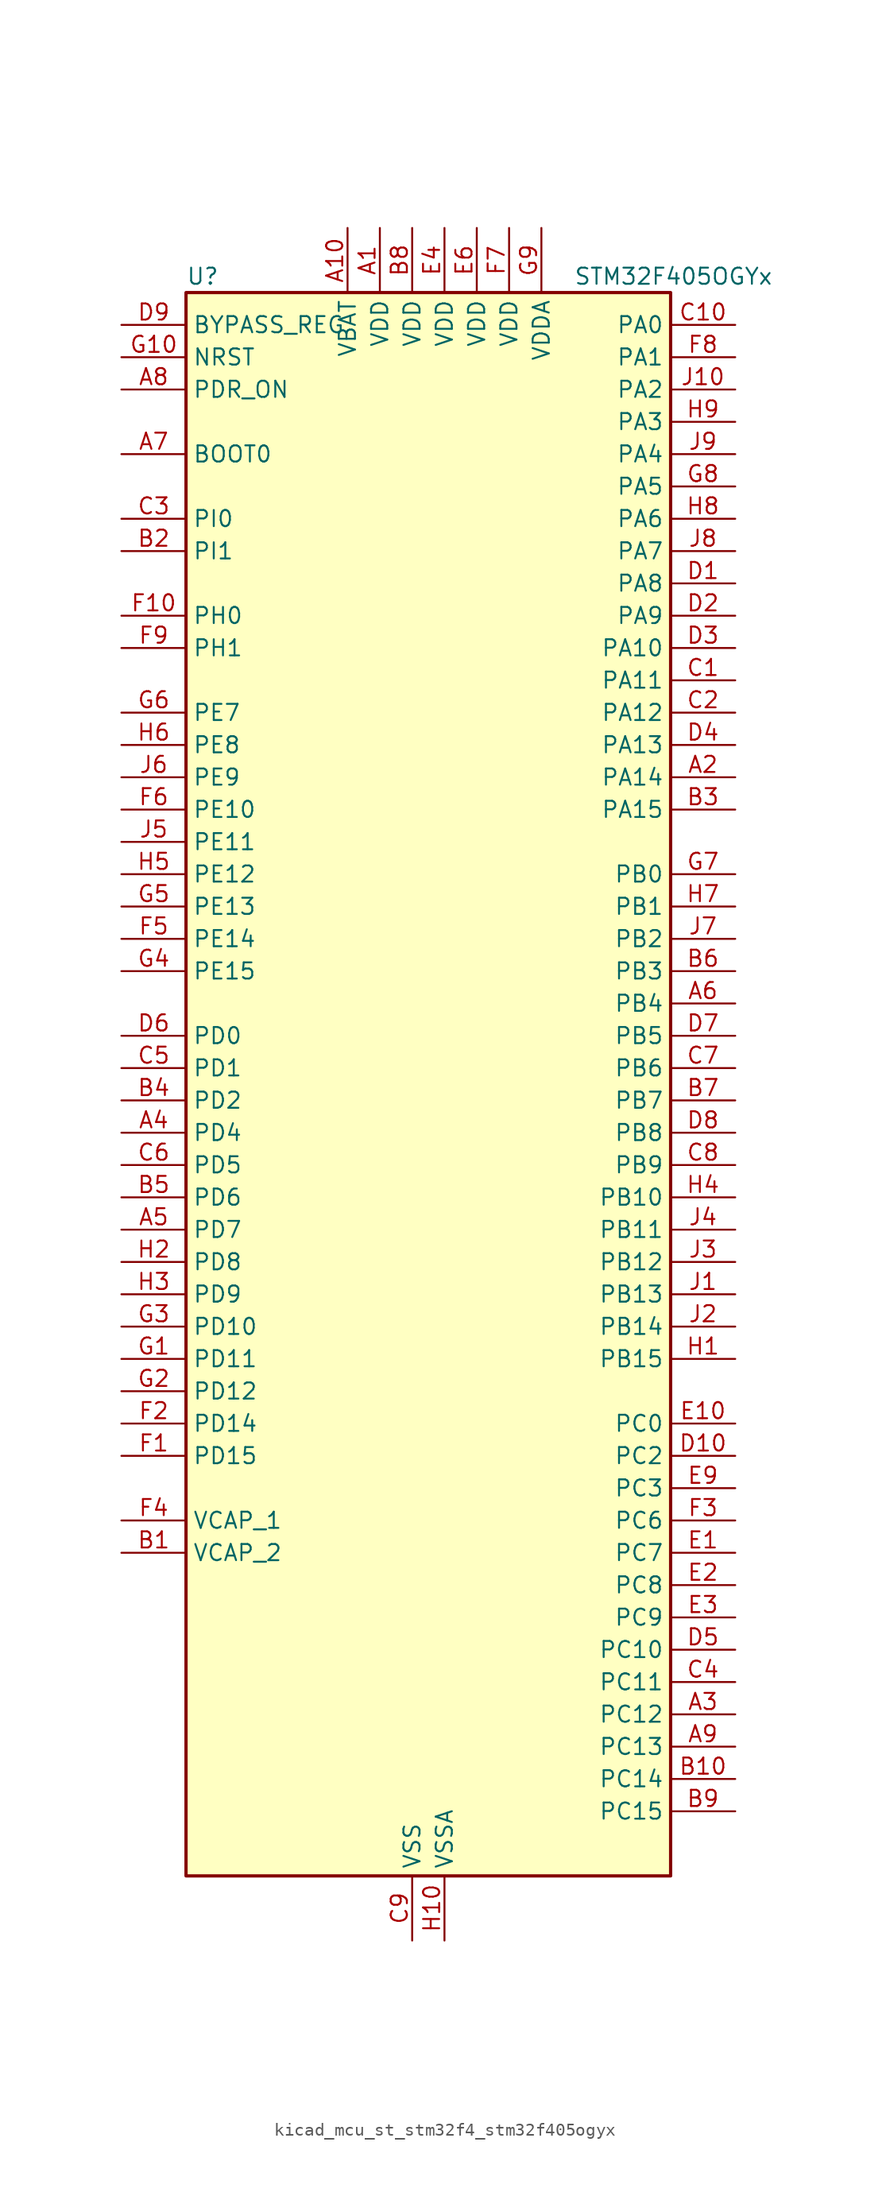
<source format=kicad_sym>
(kicad_symbol_lib
  (version 20220914)
  (generator kicad_symbol_editor)
  (symbol "kicad_mcu_st_stm32f4_stm32f405ogyx"
    (property "Reference" "U"
      (at -17.78 64.77 0)
      (effects (font (size 1.27 1.27)) (justify left)))
    (property "Value" "STM32F405OGYx"
      (at 12.7 64.77 0)
      (effects (font (size 1.27 1.27)) (justify left)))
    (property "ki_locked" ""
      (at 0 0 0)
      (effects (font (size 1.27 1.27))))
    (symbol "kicad_mcu_st_stm32f4_stm32f405ogyx_0_1"
      (rectangle (start -17.78 -60.96) (end 20.32 63.5) (stroke (width 0.254) (type default)) (fill (type background))))
    (symbol "kicad_mcu_st_stm32f4_stm32f405ogyx_1_1"
      (pin power_in line (at -2.54 68.58 270) (length 5.08) (name "VDD" (effects (font (size 1.27 1.27)))) (number "A1" (effects (font (size 1.27 1.27)))))
      (pin power_in line (at -5.08 68.58 270) (length 5.08) (name "VBAT" (effects (font (size 1.27 1.27)))) (number "A10" (effects (font (size 1.27 1.27)))))
      (pin bidirectional line (at 25.4 25.4 180) (length 5.08) (name "PA14" (effects (font (size 1.27 1.27)))) (number "A2" (effects (font (size 1.27 1.27)))) (alternate "SYS_JTCK-SWCLK" bidirectional line))
      (pin bidirectional line (at 25.4 -48.26 180) (length 5.08) (name "PC12" (effects (font (size 1.27 1.27)))) (number "A3" (effects (font (size 1.27 1.27)))) (alternate "I2S3_SD" bidirectional line) (alternate "SDIO_CK" bidirectional line) (alternate "SPI3_MOSI" bidirectional line) (alternate "UART5_TX" bidirectional line) (alternate "USART3_CK" bidirectional line))
      (pin bidirectional line (at -22.86 -2.54 0) (length 5.08) (name "PD4" (effects (font (size 1.27 1.27)))) (number "A4" (effects (font (size 1.27 1.27)))) (alternate "FSMC_NOE" bidirectional line) (alternate "USART2_RTS" bidirectional line))
      (pin bidirectional line (at -22.86 -10.16 0) (length 5.08) (name "PD7" (effects (font (size 1.27 1.27)))) (number "A5" (effects (font (size 1.27 1.27)))) (alternate "FSMC_NCE2" bidirectional line) (alternate "FSMC_NE1" bidirectional line) (alternate "USART2_CK" bidirectional line))
      (pin bidirectional line (at 25.4 7.62 180) (length 5.08) (name "PB4" (effects (font (size 1.27 1.27)))) (number "A6" (effects (font (size 1.27 1.27)))) (alternate "I2S3_ext_SD" bidirectional line) (alternate "SPI1_MISO" bidirectional line) (alternate "SPI3_MISO" bidirectional line) (alternate "SYS_JTRST" bidirectional line) (alternate "TIM3_CH1" bidirectional line))
      (pin input line (at -22.86 50.8 0) (length 5.08) (name "BOOT0" (effects (font (size 1.27 1.27)))) (number "A7" (effects (font (size 1.27 1.27)))))
      (pin input line (at -22.86 55.88 0) (length 5.08) (name "PDR_ON" (effects (font (size 1.27 1.27)))) (number "A8" (effects (font (size 1.27 1.27)))))
      (pin bidirectional line (at 25.4 -50.8 180) (length 5.08) (name "PC13" (effects (font (size 1.27 1.27)))) (number "A9" (effects (font (size 1.27 1.27)))) (alternate "RTC_AF1" bidirectional line))
      (pin power_out line (at -22.86 -35.56 0) (length 5.08) (name "VCAP_2" (effects (font (size 1.27 1.27)))) (number "B1" (effects (font (size 1.27 1.27)))))
      (pin bidirectional line (at 25.4 -53.34 180) (length 5.08) (name "PC14" (effects (font (size 1.27 1.27)))) (number "B10" (effects (font (size 1.27 1.27)))) (alternate "RCC_OSC32_IN" bidirectional line))
      (pin bidirectional line (at -22.86 43.18 0) (length 5.08) (name "PI1" (effects (font (size 1.27 1.27)))) (number "B2" (effects (font (size 1.27 1.27)))) (alternate "I2S2_CK" bidirectional line) (alternate "SPI2_SCK" bidirectional line))
      (pin bidirectional line (at 25.4 22.86 180) (length 5.08) (name "PA15" (effects (font (size 1.27 1.27)))) (number "B3" (effects (font (size 1.27 1.27)))) (alternate "ADC1_EXTI15" bidirectional line) (alternate "ADC2_EXTI15" bidirectional line) (alternate "ADC3_EXTI15" bidirectional line) (alternate "I2S3_WS" bidirectional line) (alternate "SPI1_NSS" bidirectional line) (alternate "SPI3_NSS" bidirectional line) (alternate "SYS_JTDI" bidirectional line) (alternate "TIM2_CH1" bidirectional line) (alternate "TIM2_ETR" bidirectional line))
      (pin bidirectional line (at -22.86 0 0) (length 5.08) (name "PD2" (effects (font (size 1.27 1.27)))) (number "B4" (effects (font (size 1.27 1.27)))) (alternate "SDIO_CMD" bidirectional line) (alternate "TIM3_ETR" bidirectional line) (alternate "UART5_RX" bidirectional line))
      (pin bidirectional line (at -22.86 -7.62 0) (length 5.08) (name "PD6" (effects (font (size 1.27 1.27)))) (number "B5" (effects (font (size 1.27 1.27)))) (alternate "FSMC_NWAIT" bidirectional line) (alternate "USART2_RX" bidirectional line))
      (pin bidirectional line (at 25.4 10.16 180) (length 5.08) (name "PB3" (effects (font (size 1.27 1.27)))) (number "B6" (effects (font (size 1.27 1.27)))) (alternate "I2S3_CK" bidirectional line) (alternate "SPI1_SCK" bidirectional line) (alternate "SPI3_SCK" bidirectional line) (alternate "SYS_JTDO-SWO" bidirectional line) (alternate "TIM2_CH2" bidirectional line))
      (pin bidirectional line (at 25.4 0 180) (length 5.08) (name "PB7" (effects (font (size 1.27 1.27)))) (number "B7" (effects (font (size 1.27 1.27)))) (alternate "FSMC_NL" bidirectional line) (alternate "I2C1_SDA" bidirectional line) (alternate "TIM4_CH2" bidirectional line) (alternate "USART1_RX" bidirectional line))
      (pin power_in line (at 0 68.58 270) (length 5.08) (name "VDD" (effects (font (size 1.27 1.27)))) (number "B8" (effects (font (size 1.27 1.27)))))
      (pin bidirectional line (at 25.4 -55.88 180) (length 5.08) (name "PC15" (effects (font (size 1.27 1.27)))) (number "B9" (effects (font (size 1.27 1.27)))) (alternate "ADC1_EXTI15" bidirectional line) (alternate "ADC2_EXTI15" bidirectional line) (alternate "ADC3_EXTI15" bidirectional line) (alternate "RCC_OSC32_OUT" bidirectional line))
      (pin bidirectional line (at 25.4 33.02 180) (length 5.08) (name "PA11" (effects (font (size 1.27 1.27)))) (number "C1" (effects (font (size 1.27 1.27)))) (alternate "ADC1_EXTI11" bidirectional line) (alternate "ADC2_EXTI11" bidirectional line) (alternate "ADC3_EXTI11" bidirectional line) (alternate "CAN1_RX" bidirectional line) (alternate "TIM1_CH4" bidirectional line) (alternate "USART1_CTS" bidirectional line) (alternate "USB_OTG_FS_DM" bidirectional line))
      (pin bidirectional line (at 25.4 60.96 180) (length 5.08) (name "PA0" (effects (font (size 1.27 1.27)))) (number "C10" (effects (font (size 1.27 1.27)))) (alternate "ADC1_IN0" bidirectional line) (alternate "ADC2_IN0" bidirectional line) (alternate "ADC3_IN0" bidirectional line) (alternate "SYS_WKUP" bidirectional line) (alternate "TIM2_CH1" bidirectional line) (alternate "TIM2_ETR" bidirectional line) (alternate "TIM5_CH1" bidirectional line) (alternate "TIM8_ETR" bidirectional line) (alternate "UART4_TX" bidirectional line) (alternate "USART2_CTS" bidirectional line))
      (pin bidirectional line (at 25.4 30.48 180) (length 5.08) (name "PA12" (effects (font (size 1.27 1.27)))) (number "C2" (effects (font (size 1.27 1.27)))) (alternate "CAN1_TX" bidirectional line) (alternate "TIM1_ETR" bidirectional line) (alternate "USART1_RTS" bidirectional line) (alternate "USB_OTG_FS_DP" bidirectional line))
      (pin bidirectional line (at -22.86 45.72 0) (length 5.08) (name "PI0" (effects (font (size 1.27 1.27)))) (number "C3" (effects (font (size 1.27 1.27)))) (alternate "I2S2_WS" bidirectional line) (alternate "SPI2_NSS" bidirectional line) (alternate "TIM5_CH4" bidirectional line))
      (pin bidirectional line (at 25.4 -45.72 180) (length 5.08) (name "PC11" (effects (font (size 1.27 1.27)))) (number "C4" (effects (font (size 1.27 1.27)))) (alternate "ADC1_EXTI11" bidirectional line) (alternate "ADC2_EXTI11" bidirectional line) (alternate "ADC3_EXTI11" bidirectional line) (alternate "I2S3_ext_SD" bidirectional line) (alternate "SDIO_D3" bidirectional line) (alternate "SPI3_MISO" bidirectional line) (alternate "UART4_RX" bidirectional line) (alternate "USART3_RX" bidirectional line))
      (pin bidirectional line (at -22.86 2.54 0) (length 5.08) (name "PD1" (effects (font (size 1.27 1.27)))) (number "C5" (effects (font (size 1.27 1.27)))) (alternate "CAN1_TX" bidirectional line) (alternate "FSMC_D3" bidirectional line) (alternate "FSMC_DA3" bidirectional line))
      (pin bidirectional line (at -22.86 -5.08 0) (length 5.08) (name "PD5" (effects (font (size 1.27 1.27)))) (number "C6" (effects (font (size 1.27 1.27)))) (alternate "FSMC_NWE" bidirectional line) (alternate "USART2_TX" bidirectional line))
      (pin bidirectional line (at 25.4 2.54 180) (length 5.08) (name "PB6" (effects (font (size 1.27 1.27)))) (number "C7" (effects (font (size 1.27 1.27)))) (alternate "CAN2_TX" bidirectional line) (alternate "I2C1_SCL" bidirectional line) (alternate "TIM4_CH1" bidirectional line) (alternate "USART1_TX" bidirectional line))
      (pin bidirectional line (at 25.4 -5.08 180) (length 5.08) (name "PB9" (effects (font (size 1.27 1.27)))) (number "C8" (effects (font (size 1.27 1.27)))) (alternate "CAN1_TX" bidirectional line) (alternate "DAC_EXTI9" bidirectional line) (alternate "I2C1_SDA" bidirectional line) (alternate "I2S2_WS" bidirectional line) (alternate "SDIO_D5" bidirectional line) (alternate "SPI2_NSS" bidirectional line) (alternate "TIM11_CH1" bidirectional line) (alternate "TIM4_CH4" bidirectional line))
      (pin power_in line (at 0 -66.04 90) (length 5.08) (name "VSS" (effects (font (size 1.27 1.27)))) (number "C9" (effects (font (size 1.27 1.27)))))
      (pin bidirectional line (at 25.4 40.64 180) (length 5.08) (name "PA8" (effects (font (size 1.27 1.27)))) (number "D1" (effects (font (size 1.27 1.27)))) (alternate "I2C3_SCL" bidirectional line) (alternate "RCC_MCO_1" bidirectional line) (alternate "TIM1_CH1" bidirectional line) (alternate "USART1_CK" bidirectional line) (alternate "USB_OTG_FS_SOF" bidirectional line))
      (pin bidirectional line (at 25.4 -27.94 180) (length 5.08) (name "PC2" (effects (font (size 1.27 1.27)))) (number "D10" (effects (font (size 1.27 1.27)))) (alternate "ADC1_IN12" bidirectional line) (alternate "ADC2_IN12" bidirectional line) (alternate "ADC3_IN12" bidirectional line) (alternate "I2S2_ext_SD" bidirectional line) (alternate "SPI2_MISO" bidirectional line) (alternate "USB_OTG_HS_ULPI_DIR" bidirectional line))
      (pin bidirectional line (at 25.4 38.1 180) (length 5.08) (name "PA9" (effects (font (size 1.27 1.27)))) (number "D2" (effects (font (size 1.27 1.27)))) (alternate "DAC_EXTI9" bidirectional line) (alternate "I2C3_SMBA" bidirectional line) (alternate "TIM1_CH2" bidirectional line) (alternate "USART1_TX" bidirectional line) (alternate "USB_OTG_FS_VBUS" bidirectional line))
      (pin bidirectional line (at 25.4 35.56 180) (length 5.08) (name "PA10" (effects (font (size 1.27 1.27)))) (number "D3" (effects (font (size 1.27 1.27)))) (alternate "TIM1_CH3" bidirectional line) (alternate "USART1_RX" bidirectional line) (alternate "USB_OTG_FS_ID" bidirectional line))
      (pin bidirectional line (at 25.4 27.94 180) (length 5.08) (name "PA13" (effects (font (size 1.27 1.27)))) (number "D4" (effects (font (size 1.27 1.27)))) (alternate "SYS_JTMS-SWDIO" bidirectional line))
      (pin bidirectional line (at 25.4 -43.18 180) (length 5.08) (name "PC10" (effects (font (size 1.27 1.27)))) (number "D5" (effects (font (size 1.27 1.27)))) (alternate "I2S3_CK" bidirectional line) (alternate "SDIO_D2" bidirectional line) (alternate "SPI3_SCK" bidirectional line) (alternate "UART4_TX" bidirectional line) (alternate "USART3_TX" bidirectional line))
      (pin bidirectional line (at -22.86 5.08 0) (length 5.08) (name "PD0" (effects (font (size 1.27 1.27)))) (number "D6" (effects (font (size 1.27 1.27)))) (alternate "CAN1_RX" bidirectional line) (alternate "FSMC_D2" bidirectional line) (alternate "FSMC_DA2" bidirectional line))
      (pin bidirectional line (at 25.4 5.08 180) (length 5.08) (name "PB5" (effects (font (size 1.27 1.27)))) (number "D7" (effects (font (size 1.27 1.27)))) (alternate "CAN2_RX" bidirectional line) (alternate "I2C1_SMBA" bidirectional line) (alternate "I2S3_SD" bidirectional line) (alternate "SPI1_MOSI" bidirectional line) (alternate "SPI3_MOSI" bidirectional line) (alternate "TIM3_CH2" bidirectional line) (alternate "USB_OTG_HS_ULPI_D7" bidirectional line))
      (pin bidirectional line (at 25.4 -2.54 180) (length 5.08) (name "PB8" (effects (font (size 1.27 1.27)))) (number "D8" (effects (font (size 1.27 1.27)))) (alternate "CAN1_RX" bidirectional line) (alternate "I2C1_SCL" bidirectional line) (alternate "SDIO_D4" bidirectional line) (alternate "TIM10_CH1" bidirectional line) (alternate "TIM4_CH3" bidirectional line))
      (pin input line (at -22.86 60.96 0) (length 5.08) (name "BYPASS_REG" (effects (font (size 1.27 1.27)))) (number "D9" (effects (font (size 1.27 1.27)))))
      (pin bidirectional line (at 25.4 -35.56 180) (length 5.08) (name "PC7" (effects (font (size 1.27 1.27)))) (number "E1" (effects (font (size 1.27 1.27)))) (alternate "I2S3_MCK" bidirectional line) (alternate "SDIO_D7" bidirectional line) (alternate "TIM3_CH2" bidirectional line) (alternate "TIM8_CH2" bidirectional line) (alternate "USART6_RX" bidirectional line))
      (pin bidirectional line (at 25.4 -25.4 180) (length 5.08) (name "PC0" (effects (font (size 1.27 1.27)))) (number "E10" (effects (font (size 1.27 1.27)))) (alternate "ADC1_IN10" bidirectional line) (alternate "ADC2_IN10" bidirectional line) (alternate "ADC3_IN10" bidirectional line) (alternate "USB_OTG_HS_ULPI_STP" bidirectional line))
      (pin bidirectional line (at 25.4 -38.1 180) (length 5.08) (name "PC8" (effects (font (size 1.27 1.27)))) (number "E2" (effects (font (size 1.27 1.27)))) (alternate "SDIO_D0" bidirectional line) (alternate "TIM3_CH3" bidirectional line) (alternate "TIM8_CH3" bidirectional line) (alternate "USART6_CK" bidirectional line))
      (pin bidirectional line (at 25.4 -40.64 180) (length 5.08) (name "PC9" (effects (font (size 1.27 1.27)))) (number "E3" (effects (font (size 1.27 1.27)))) (alternate "DAC_EXTI9" bidirectional line) (alternate "I2C3_SDA" bidirectional line) (alternate "I2S_CKIN" bidirectional line) (alternate "RCC_MCO_2" bidirectional line) (alternate "SDIO_D1" bidirectional line) (alternate "TIM3_CH4" bidirectional line) (alternate "TIM8_CH4" bidirectional line))
      (pin power_in line (at 2.54 68.58 270) (length 5.08) (name "VDD" (effects (font (size 1.27 1.27)))) (number "E4" (effects (font (size 1.27 1.27)))))
      (pin passive line (at 0 -66.04 90) (length 5.08) hide (name "VSS" (effects (font (size 1.27 1.27)))) (number "E5" (effects (font (size 1.27 1.27)))))
      (pin power_in line (at 5.08 68.58 270) (length 5.08) (name "VDD" (effects (font (size 1.27 1.27)))) (number "E6" (effects (font (size 1.27 1.27)))))
      (pin passive line (at 0 -66.04 90) (length 5.08) hide (name "VSS" (effects (font (size 1.27 1.27)))) (number "E7" (effects (font (size 1.27 1.27)))))
      (pin passive line (at 0 -66.04 90) (length 5.08) hide (name "VSS" (effects (font (size 1.27 1.27)))) (number "E8" (effects (font (size 1.27 1.27)))))
      (pin bidirectional line (at 25.4 -30.48 180) (length 5.08) (name "PC3" (effects (font (size 1.27 1.27)))) (number "E9" (effects (font (size 1.27 1.27)))) (alternate "ADC1_IN13" bidirectional line) (alternate "ADC2_IN13" bidirectional line) (alternate "ADC3_IN13" bidirectional line) (alternate "I2S2_SD" bidirectional line) (alternate "SPI2_MOSI" bidirectional line) (alternate "USB_OTG_HS_ULPI_NXT" bidirectional line))
      (pin bidirectional line (at -22.86 -27.94 0) (length 5.08) (name "PD15" (effects (font (size 1.27 1.27)))) (number "F1" (effects (font (size 1.27 1.27)))) (alternate "ADC1_EXTI15" bidirectional line) (alternate "ADC2_EXTI15" bidirectional line) (alternate "ADC3_EXTI15" bidirectional line) (alternate "FSMC_D1" bidirectional line) (alternate "FSMC_DA1" bidirectional line) (alternate "TIM4_CH4" bidirectional line))
      (pin bidirectional line (at -22.86 38.1 0) (length 5.08) (name "PH0" (effects (font (size 1.27 1.27)))) (number "F10" (effects (font (size 1.27 1.27)))) (alternate "RCC_OSC_IN" bidirectional line))
      (pin bidirectional line (at -22.86 -25.4 0) (length 5.08) (name "PD14" (effects (font (size 1.27 1.27)))) (number "F2" (effects (font (size 1.27 1.27)))) (alternate "FSMC_D0" bidirectional line) (alternate "FSMC_DA0" bidirectional line) (alternate "TIM4_CH3" bidirectional line))
      (pin bidirectional line (at 25.4 -33.02 180) (length 5.08) (name "PC6" (effects (font (size 1.27 1.27)))) (number "F3" (effects (font (size 1.27 1.27)))) (alternate "I2S2_MCK" bidirectional line) (alternate "SDIO_D6" bidirectional line) (alternate "TIM3_CH1" bidirectional line) (alternate "TIM8_CH1" bidirectional line) (alternate "USART6_TX" bidirectional line))
      (pin power_out line (at -22.86 -33.02 0) (length 5.08) (name "VCAP_1" (effects (font (size 1.27 1.27)))) (number "F4" (effects (font (size 1.27 1.27)))))
      (pin bidirectional line (at -22.86 12.7 0) (length 5.08) (name "PE14" (effects (font (size 1.27 1.27)))) (number "F5" (effects (font (size 1.27 1.27)))) (alternate "FSMC_D11" bidirectional line) (alternate "FSMC_DA11" bidirectional line) (alternate "TIM1_CH4" bidirectional line))
      (pin bidirectional line (at -22.86 22.86 0) (length 5.08) (name "PE10" (effects (font (size 1.27 1.27)))) (number "F6" (effects (font (size 1.27 1.27)))) (alternate "FSMC_D7" bidirectional line) (alternate "FSMC_DA7" bidirectional line) (alternate "TIM1_CH2N" bidirectional line))
      (pin power_in line (at 7.62 68.58 270) (length 5.08) (name "VDD" (effects (font (size 1.27 1.27)))) (number "F7" (effects (font (size 1.27 1.27)))))
      (pin bidirectional line (at 25.4 58.42 180) (length 5.08) (name "PA1" (effects (font (size 1.27 1.27)))) (number "F8" (effects (font (size 1.27 1.27)))) (alternate "ADC1_IN1" bidirectional line) (alternate "ADC2_IN1" bidirectional line) (alternate "ADC3_IN1" bidirectional line) (alternate "TIM2_CH2" bidirectional line) (alternate "TIM5_CH2" bidirectional line) (alternate "UART4_RX" bidirectional line) (alternate "USART2_RTS" bidirectional line))
      (pin bidirectional line (at -22.86 35.56 0) (length 5.08) (name "PH1" (effects (font (size 1.27 1.27)))) (number "F9" (effects (font (size 1.27 1.27)))) (alternate "RCC_OSC_OUT" bidirectional line))
      (pin bidirectional line (at -22.86 -20.32 0) (length 5.08) (name "PD11" (effects (font (size 1.27 1.27)))) (number "G1" (effects (font (size 1.27 1.27)))) (alternate "ADC1_EXTI11" bidirectional line) (alternate "ADC2_EXTI11" bidirectional line) (alternate "ADC3_EXTI11" bidirectional line) (alternate "FSMC_A16" bidirectional line) (alternate "FSMC_CLE" bidirectional line) (alternate "USART3_CTS" bidirectional line))
      (pin input line (at -22.86 58.42 0) (length 5.08) (name "NRST" (effects (font (size 1.27 1.27)))) (number "G10" (effects (font (size 1.27 1.27)))))
      (pin bidirectional line (at -22.86 -22.86 0) (length 5.08) (name "PD12" (effects (font (size 1.27 1.27)))) (number "G2" (effects (font (size 1.27 1.27)))) (alternate "FSMC_A17" bidirectional line) (alternate "FSMC_ALE" bidirectional line) (alternate "TIM4_CH1" bidirectional line) (alternate "USART3_RTS" bidirectional line))
      (pin bidirectional line (at -22.86 -17.78 0) (length 5.08) (name "PD10" (effects (font (size 1.27 1.27)))) (number "G3" (effects (font (size 1.27 1.27)))) (alternate "FSMC_D15" bidirectional line) (alternate "FSMC_DA15" bidirectional line) (alternate "USART3_CK" bidirectional line))
      (pin bidirectional line (at -22.86 10.16 0) (length 5.08) (name "PE15" (effects (font (size 1.27 1.27)))) (number "G4" (effects (font (size 1.27 1.27)))) (alternate "ADC1_EXTI15" bidirectional line) (alternate "ADC2_EXTI15" bidirectional line) (alternate "ADC3_EXTI15" bidirectional line) (alternate "FSMC_D12" bidirectional line) (alternate "FSMC_DA12" bidirectional line) (alternate "TIM1_BKIN" bidirectional line))
      (pin bidirectional line (at -22.86 15.24 0) (length 5.08) (name "PE13" (effects (font (size 1.27 1.27)))) (number "G5" (effects (font (size 1.27 1.27)))) (alternate "FSMC_D10" bidirectional line) (alternate "FSMC_DA10" bidirectional line) (alternate "TIM1_CH3" bidirectional line))
      (pin bidirectional line (at -22.86 30.48 0) (length 5.08) (name "PE7" (effects (font (size 1.27 1.27)))) (number "G6" (effects (font (size 1.27 1.27)))) (alternate "FSMC_D4" bidirectional line) (alternate "FSMC_DA4" bidirectional line) (alternate "TIM1_ETR" bidirectional line))
      (pin bidirectional line (at 25.4 17.78 180) (length 5.08) (name "PB0" (effects (font (size 1.27 1.27)))) (number "G7" (effects (font (size 1.27 1.27)))) (alternate "ADC1_IN8" bidirectional line) (alternate "ADC2_IN8" bidirectional line) (alternate "TIM1_CH2N" bidirectional line) (alternate "TIM3_CH3" bidirectional line) (alternate "TIM8_CH2N" bidirectional line) (alternate "USB_OTG_HS_ULPI_D1" bidirectional line))
      (pin bidirectional line (at 25.4 48.26 180) (length 5.08) (name "PA5" (effects (font (size 1.27 1.27)))) (number "G8" (effects (font (size 1.27 1.27)))) (alternate "ADC1_IN5" bidirectional line) (alternate "ADC2_IN5" bidirectional line) (alternate "DAC_OUT2" bidirectional line) (alternate "SPI1_SCK" bidirectional line) (alternate "TIM2_CH1" bidirectional line) (alternate "TIM2_ETR" bidirectional line) (alternate "TIM8_CH1N" bidirectional line) (alternate "USB_OTG_HS_ULPI_CK" bidirectional line))
      (pin power_in line (at 10.16 68.58 270) (length 5.08) (name "VDDA" (effects (font (size 1.27 1.27)))) (number "G9" (effects (font (size 1.27 1.27)))))
      (pin bidirectional line (at 25.4 -20.32 180) (length 5.08) (name "PB15" (effects (font (size 1.27 1.27)))) (number "H1" (effects (font (size 1.27 1.27)))) (alternate "ADC1_EXTI15" bidirectional line) (alternate "ADC2_EXTI15" bidirectional line) (alternate "ADC3_EXTI15" bidirectional line) (alternate "I2S2_SD" bidirectional line) (alternate "RTC_REFIN" bidirectional line) (alternate "SPI2_MOSI" bidirectional line) (alternate "TIM12_CH2" bidirectional line) (alternate "TIM1_CH3N" bidirectional line) (alternate "TIM8_CH3N" bidirectional line) (alternate "USB_OTG_HS_DP" bidirectional line))
      (pin power_in line (at 2.54 -66.04 90) (length 5.08) (name "VSSA" (effects (font (size 1.27 1.27)))) (number "H10" (effects (font (size 1.27 1.27)))))
      (pin bidirectional line (at -22.86 -12.7 0) (length 5.08) (name "PD8" (effects (font (size 1.27 1.27)))) (number "H2" (effects (font (size 1.27 1.27)))) (alternate "FSMC_D13" bidirectional line) (alternate "FSMC_DA13" bidirectional line) (alternate "USART3_TX" bidirectional line))
      (pin bidirectional line (at -22.86 -15.24 0) (length 5.08) (name "PD9" (effects (font (size 1.27 1.27)))) (number "H3" (effects (font (size 1.27 1.27)))) (alternate "DAC_EXTI9" bidirectional line) (alternate "FSMC_D14" bidirectional line) (alternate "FSMC_DA14" bidirectional line) (alternate "USART3_RX" bidirectional line))
      (pin bidirectional line (at 25.4 -7.62 180) (length 5.08) (name "PB10" (effects (font (size 1.27 1.27)))) (number "H4" (effects (font (size 1.27 1.27)))) (alternate "I2C2_SCL" bidirectional line) (alternate "I2S2_CK" bidirectional line) (alternate "SPI2_SCK" bidirectional line) (alternate "TIM2_CH3" bidirectional line) (alternate "USART3_TX" bidirectional line) (alternate "USB_OTG_HS_ULPI_D3" bidirectional line))
      (pin bidirectional line (at -22.86 17.78 0) (length 5.08) (name "PE12" (effects (font (size 1.27 1.27)))) (number "H5" (effects (font (size 1.27 1.27)))) (alternate "FSMC_D9" bidirectional line) (alternate "FSMC_DA9" bidirectional line) (alternate "TIM1_CH3N" bidirectional line))
      (pin bidirectional line (at -22.86 27.94 0) (length 5.08) (name "PE8" (effects (font (size 1.27 1.27)))) (number "H6" (effects (font (size 1.27 1.27)))) (alternate "FSMC_D5" bidirectional line) (alternate "FSMC_DA5" bidirectional line) (alternate "TIM1_CH1N" bidirectional line))
      (pin bidirectional line (at 25.4 15.24 180) (length 5.08) (name "PB1" (effects (font (size 1.27 1.27)))) (number "H7" (effects (font (size 1.27 1.27)))) (alternate "ADC1_IN9" bidirectional line) (alternate "ADC2_IN9" bidirectional line) (alternate "TIM1_CH3N" bidirectional line) (alternate "TIM3_CH4" bidirectional line) (alternate "TIM8_CH3N" bidirectional line) (alternate "USB_OTG_HS_ULPI_D2" bidirectional line))
      (pin bidirectional line (at 25.4 45.72 180) (length 5.08) (name "PA6" (effects (font (size 1.27 1.27)))) (number "H8" (effects (font (size 1.27 1.27)))) (alternate "ADC1_IN6" bidirectional line) (alternate "ADC2_IN6" bidirectional line) (alternate "SPI1_MISO" bidirectional line) (alternate "TIM13_CH1" bidirectional line) (alternate "TIM1_BKIN" bidirectional line) (alternate "TIM3_CH1" bidirectional line) (alternate "TIM8_BKIN" bidirectional line))
      (pin bidirectional line (at 25.4 53.34 180) (length 5.08) (name "PA3" (effects (font (size 1.27 1.27)))) (number "H9" (effects (font (size 1.27 1.27)))) (alternate "ADC1_IN3" bidirectional line) (alternate "ADC2_IN3" bidirectional line) (alternate "ADC3_IN3" bidirectional line) (alternate "TIM2_CH4" bidirectional line) (alternate "TIM5_CH4" bidirectional line) (alternate "TIM9_CH2" bidirectional line) (alternate "USART2_RX" bidirectional line) (alternate "USB_OTG_HS_ULPI_D0" bidirectional line))
      (pin bidirectional line (at 25.4 -15.24 180) (length 5.08) (name "PB13" (effects (font (size 1.27 1.27)))) (number "J1" (effects (font (size 1.27 1.27)))) (alternate "CAN2_TX" bidirectional line) (alternate "I2S2_CK" bidirectional line) (alternate "SPI2_SCK" bidirectional line) (alternate "TIM1_CH1N" bidirectional line) (alternate "USART3_CTS" bidirectional line) (alternate "USB_OTG_HS_ULPI_D6" bidirectional line) (alternate "USB_OTG_HS_VBUS" bidirectional line))
      (pin bidirectional line (at 25.4 55.88 180) (length 5.08) (name "PA2" (effects (font (size 1.27 1.27)))) (number "J10" (effects (font (size 1.27 1.27)))) (alternate "ADC1_IN2" bidirectional line) (alternate "ADC2_IN2" bidirectional line) (alternate "ADC3_IN2" bidirectional line) (alternate "TIM2_CH3" bidirectional line) (alternate "TIM5_CH3" bidirectional line) (alternate "TIM9_CH1" bidirectional line) (alternate "USART2_TX" bidirectional line))
      (pin bidirectional line (at 25.4 -17.78 180) (length 5.08) (name "PB14" (effects (font (size 1.27 1.27)))) (number "J2" (effects (font (size 1.27 1.27)))) (alternate "I2S2_ext_SD" bidirectional line) (alternate "SPI2_MISO" bidirectional line) (alternate "TIM12_CH1" bidirectional line) (alternate "TIM1_CH2N" bidirectional line) (alternate "TIM8_CH2N" bidirectional line) (alternate "USART3_RTS" bidirectional line) (alternate "USB_OTG_HS_DM" bidirectional line))
      (pin bidirectional line (at 25.4 -12.7 180) (length 5.08) (name "PB12" (effects (font (size 1.27 1.27)))) (number "J3" (effects (font (size 1.27 1.27)))) (alternate "CAN2_RX" bidirectional line) (alternate "I2C2_SMBA" bidirectional line) (alternate "I2S2_WS" bidirectional line) (alternate "SPI2_NSS" bidirectional line) (alternate "TIM1_BKIN" bidirectional line) (alternate "USART3_CK" bidirectional line) (alternate "USB_OTG_HS_ID" bidirectional line) (alternate "USB_OTG_HS_ULPI_D5" bidirectional line))
      (pin bidirectional line (at 25.4 -10.16 180) (length 5.08) (name "PB11" (effects (font (size 1.27 1.27)))) (number "J4" (effects (font (size 1.27 1.27)))) (alternate "ADC1_EXTI11" bidirectional line) (alternate "ADC2_EXTI11" bidirectional line) (alternate "ADC3_EXTI11" bidirectional line) (alternate "I2C2_SDA" bidirectional line) (alternate "TIM2_CH4" bidirectional line) (alternate "USART3_RX" bidirectional line) (alternate "USB_OTG_HS_ULPI_D4" bidirectional line))
      (pin bidirectional line (at -22.86 20.32 0) (length 5.08) (name "PE11" (effects (font (size 1.27 1.27)))) (number "J5" (effects (font (size 1.27 1.27)))) (alternate "ADC1_EXTI11" bidirectional line) (alternate "ADC2_EXTI11" bidirectional line) (alternate "ADC3_EXTI11" bidirectional line) (alternate "FSMC_D8" bidirectional line) (alternate "FSMC_DA8" bidirectional line) (alternate "TIM1_CH2" bidirectional line))
      (pin bidirectional line (at -22.86 25.4 0) (length 5.08) (name "PE9" (effects (font (size 1.27 1.27)))) (number "J6" (effects (font (size 1.27 1.27)))) (alternate "DAC_EXTI9" bidirectional line) (alternate "FSMC_D6" bidirectional line) (alternate "FSMC_DA6" bidirectional line) (alternate "TIM1_CH1" bidirectional line))
      (pin bidirectional line (at 25.4 12.7 180) (length 5.08) (name "PB2" (effects (font (size 1.27 1.27)))) (number "J7" (effects (font (size 1.27 1.27)))))
      (pin bidirectional line (at 25.4 43.18 180) (length 5.08) (name "PA7" (effects (font (size 1.27 1.27)))) (number "J8" (effects (font (size 1.27 1.27)))) (alternate "ADC1_IN7" bidirectional line) (alternate "ADC2_IN7" bidirectional line) (alternate "SPI1_MOSI" bidirectional line) (alternate "TIM14_CH1" bidirectional line) (alternate "TIM1_CH1N" bidirectional line) (alternate "TIM3_CH2" bidirectional line) (alternate "TIM8_CH1N" bidirectional line))
      (pin bidirectional line (at 25.4 50.8 180) (length 5.08) (name "PA4" (effects (font (size 1.27 1.27)))) (number "J9" (effects (font (size 1.27 1.27)))) (alternate "ADC1_IN4" bidirectional line) (alternate "ADC2_IN4" bidirectional line) (alternate "DAC_OUT1" bidirectional line) (alternate "I2S3_WS" bidirectional line) (alternate "SPI1_NSS" bidirectional line) (alternate "SPI3_NSS" bidirectional line) (alternate "USART2_CK" bidirectional line) (alternate "USB_OTG_HS_SOF" bidirectional line)))))
</source>
